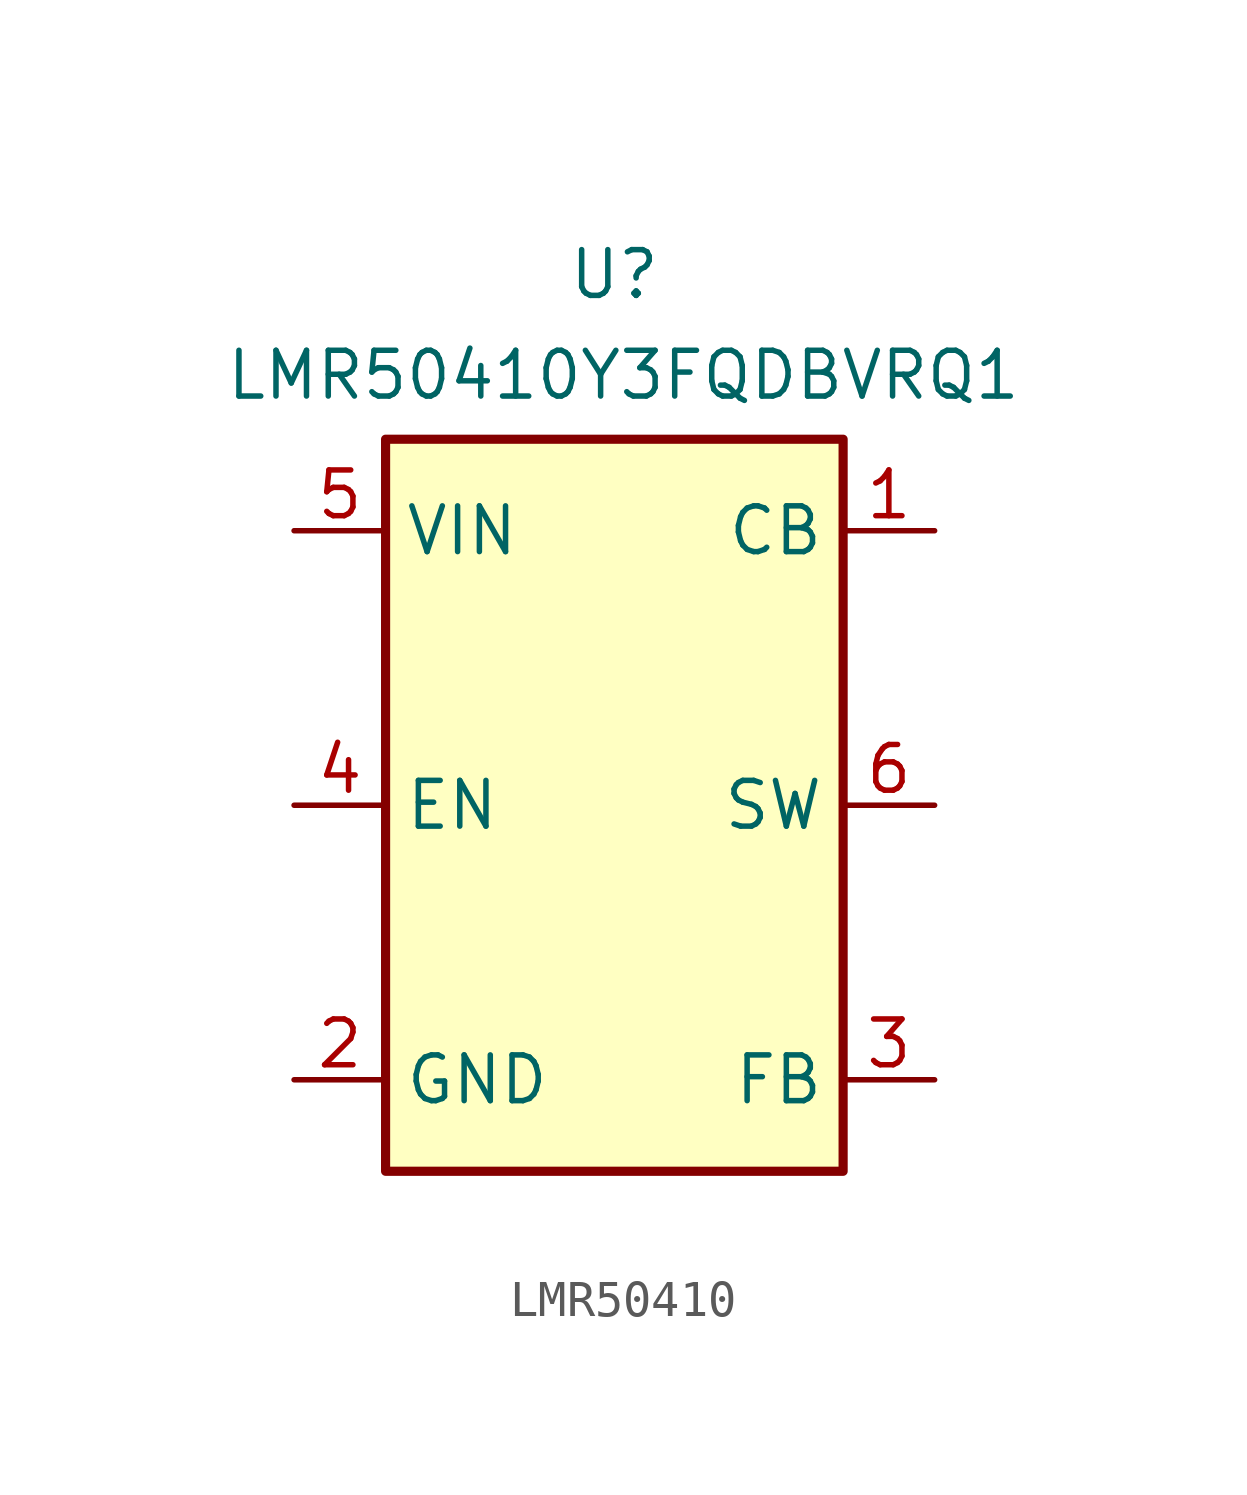
<source format=kicad_sym>
(kicad_symbol_lib
  (version 20231120)
  (generator "kicad_symbol_editor")
  (generator_version "8.0")
  (symbol "LMR50410"
    (property "Reference" "U"
      (at 0 14.732 0)
      (effects (font (size 1.27 1.27))))
    (property "Value" "LMR50410Y3FQDBVRQ1"
      (at 0.254 11.938 0)
      (effects (font (size 1.27 1.27))))
    (symbol "LMR50410_1_1"
      (rectangle (start -6.35 10.16) (end 6.35 -10.16) (stroke (width 0.254) (type default)) (fill (type background)))
      (pin passive line (at 8.89 7.62 180) (length 2.54) (name "CB" (effects (font (size 1.27 1.27)))) (number "1" (effects (font (size 1.27 1.27)))))
      (pin passive line (at -8.89 -7.62 0) (length 2.54) (name "GND" (effects (font (size 1.27 1.27)))) (number "2" (effects (font (size 1.27 1.27)))))
      (pin input line (at 8.89 -7.62 180) (length 2.54) (name "FB" (effects (font (size 1.27 1.27)))) (number "3" (effects (font (size 1.27 1.27)))))
      (pin passive line (at -8.89 0 0) (length 2.54) (name "EN" (effects (font (size 1.27 1.27)))) (number "4" (effects (font (size 1.27 1.27)))))
      (pin power_in line (at -8.89 7.62 0) (length 2.54) (name "VIN" (effects (font (size 1.27 1.27)))) (number "5" (effects (font (size 1.27 1.27)))))
      (pin output line (at 8.89 0 180) (length 2.54) (name "SW" (effects (font (size 1.27 1.27)))) (number "6" (effects (font (size 1.27 1.27))))))))
</source>
